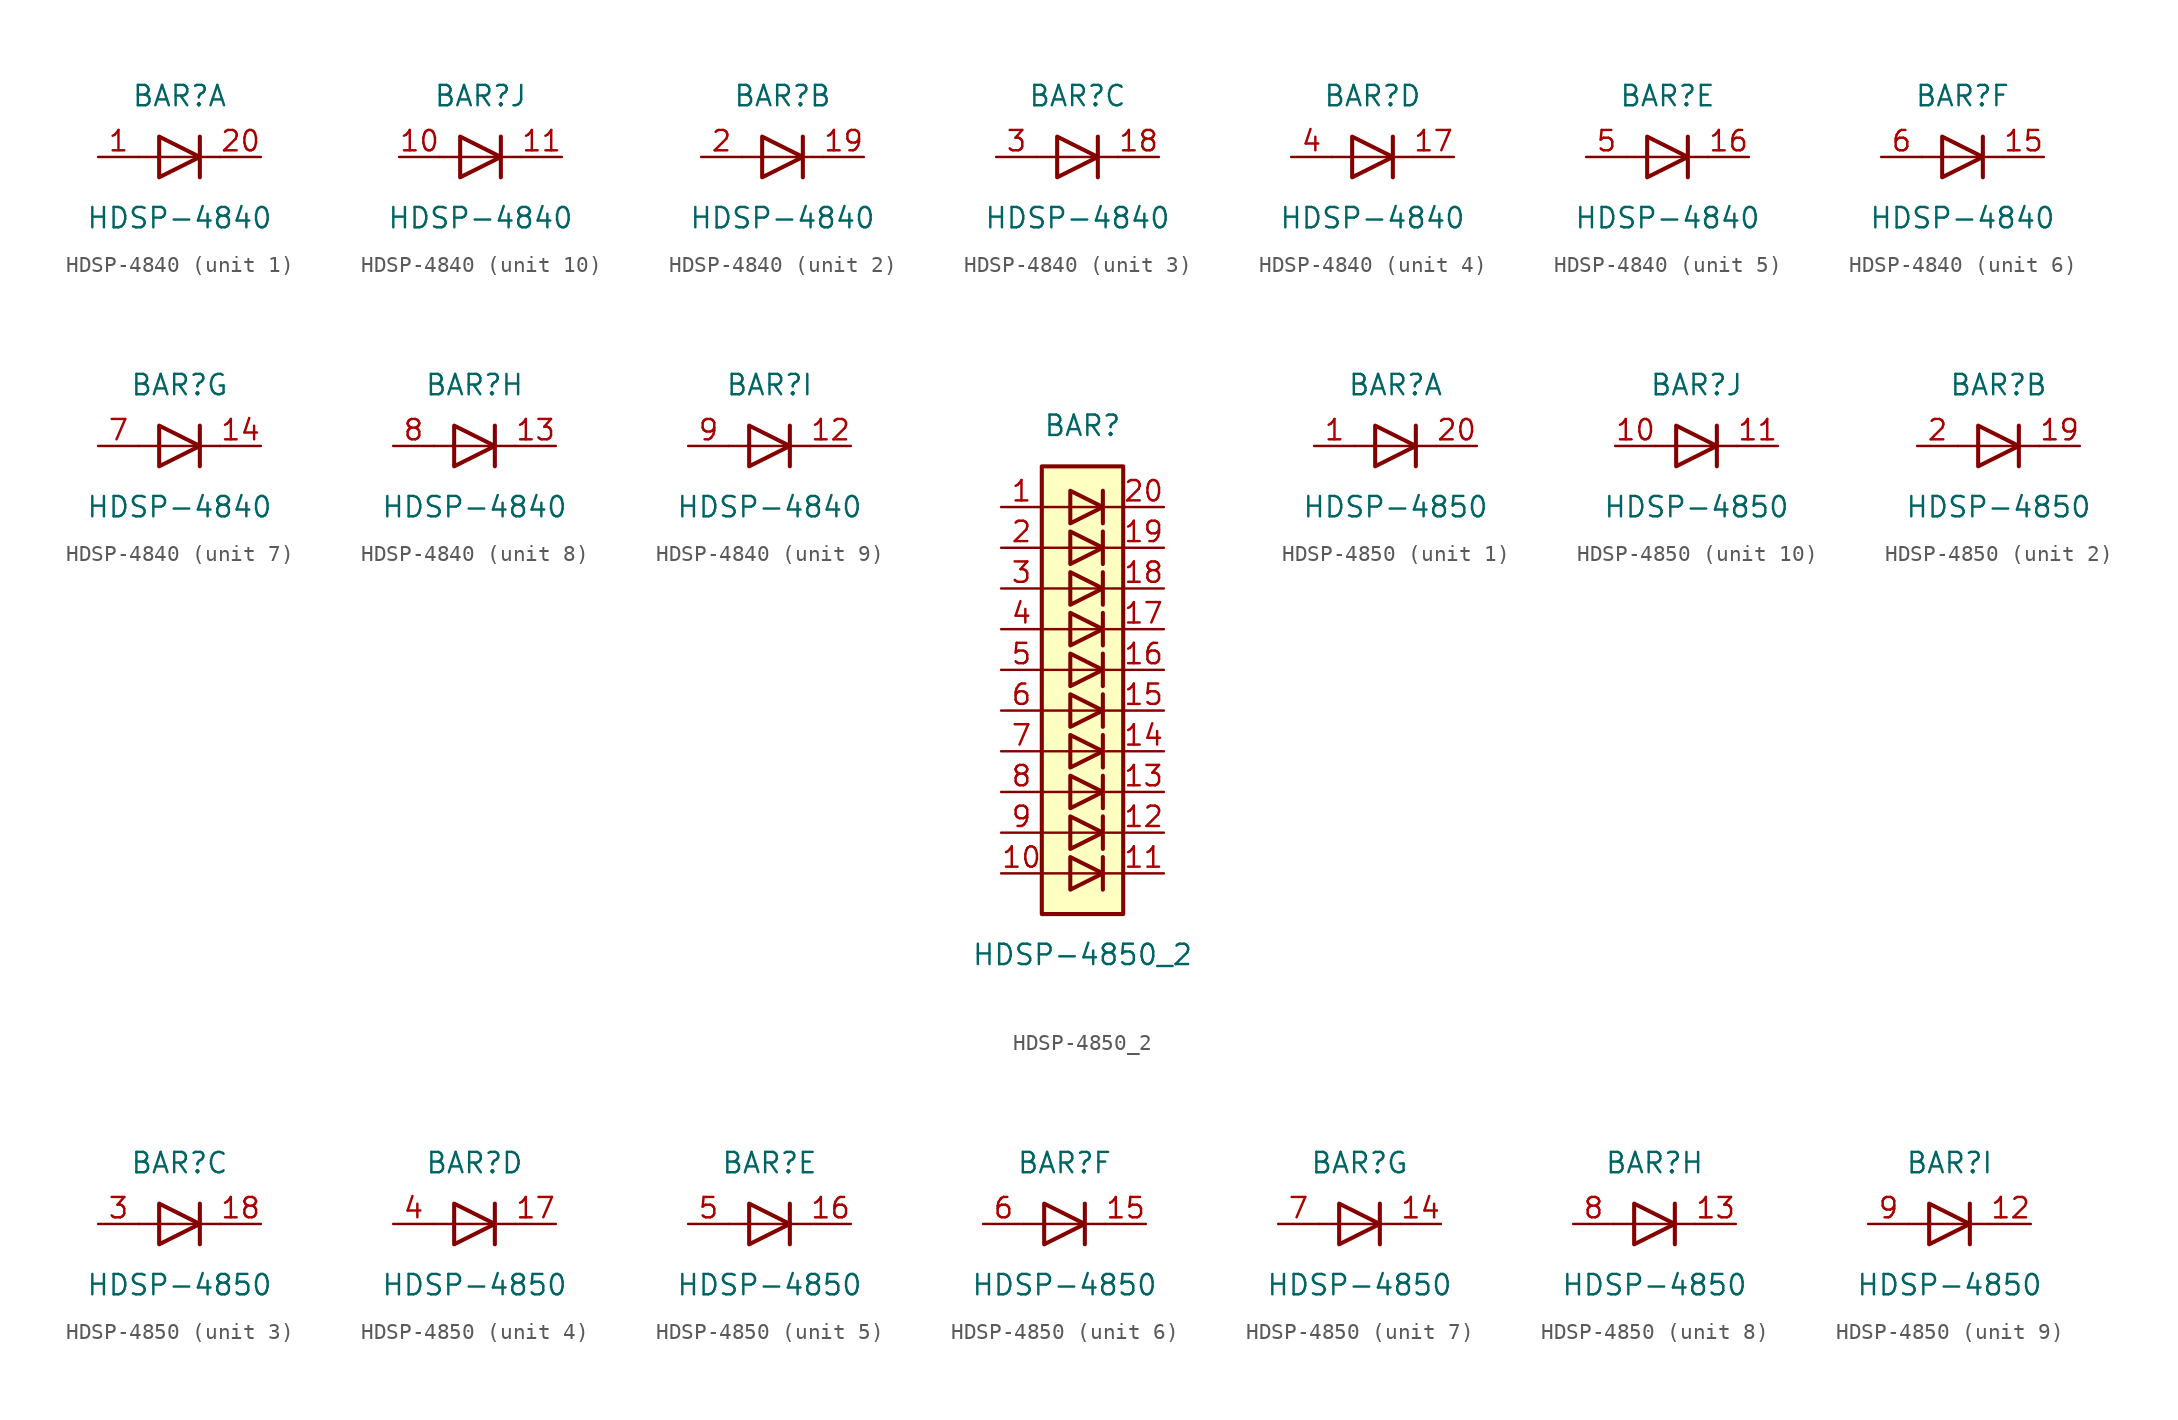
<source format=kicad_sym>
(kicad_symbol_lib
  (version 20241209)
  (generator "kicad_symbol_editor")
  (generator_version "9.0")
  (symbol "HDSP-4840"
    (pin_names
      (offset 1.016) hide)
    (property "Reference" "BAR"
      (at 0 3.81 0)
      (effects (font (size 1.27 1.27))))
    (property "Value" "HDSP-4840"
      (at 0 -3.81 0)
      (effects (font (size 1.27 1.27))))
    (symbol "HDSP-4840_0_1"
      (polyline (pts (xy -2.54 0) (xy 2.54 0)) (stroke (width 0) (type default)) (fill (type none)))
      (polyline (pts (xy -1.27 1.27) (xy -1.27 -1.27) (xy 1.27 0) (xy -1.27 1.27)) (stroke (width 0.254) (type default)) (fill (type none)))
      (polyline (pts (xy 1.27 -1.27) (xy 1.27 1.27)) (stroke (width 0.254) (type default)) (fill (type none))))
    (symbol "HDSP-4840_1_1"
      (pin passive line (at -5.08 0 0) (length 2.54) (name "A" (effects (font (size 1.27 1.27)))) (number "1" (effects (font (size 1.27 1.27)))))
      (pin passive line (at 5.08 0 180) (length 2.54) (name "K" (effects (font (size 1.27 1.27)))) (number "20" (effects (font (size 1.27 1.27))))))
    (symbol "HDSP-4840_2_1"
      (pin passive line (at -5.08 0 0) (length 2.54) (name "A" (effects (font (size 1.27 1.27)))) (number "2" (effects (font (size 1.27 1.27)))))
      (pin passive line (at 5.08 0 180) (length 2.54) (name "K" (effects (font (size 1.27 1.27)))) (number "19" (effects (font (size 1.27 1.27))))))
    (symbol "HDSP-4840_3_1"
      (pin passive line (at -5.08 0 0) (length 2.54) (name "A" (effects (font (size 1.27 1.27)))) (number "3" (effects (font (size 1.27 1.27)))))
      (pin passive line (at 5.08 0 180) (length 2.54) (name "K" (effects (font (size 1.27 1.27)))) (number "18" (effects (font (size 1.27 1.27))))))
    (symbol "HDSP-4840_4_1"
      (pin passive line (at -5.08 0 0) (length 2.54) (name "A" (effects (font (size 1.27 1.27)))) (number "4" (effects (font (size 1.27 1.27)))))
      (pin passive line (at 5.08 0 180) (length 2.54) (name "K" (effects (font (size 1.27 1.27)))) (number "17" (effects (font (size 1.27 1.27))))))
    (symbol "HDSP-4840_5_1"
      (pin passive line (at -5.08 0 0) (length 2.54) (name "A" (effects (font (size 1.27 1.27)))) (number "5" (effects (font (size 1.27 1.27)))))
      (pin passive line (at 5.08 0 180) (length 2.54) (name "K" (effects (font (size 1.27 1.27)))) (number "16" (effects (font (size 1.27 1.27))))))
    (symbol "HDSP-4840_6_1"
      (pin passive line (at -5.08 0 0) (length 2.54) (name "A" (effects (font (size 1.27 1.27)))) (number "6" (effects (font (size 1.27 1.27)))))
      (pin passive line (at 5.08 0 180) (length 2.54) (name "K" (effects (font (size 1.27 1.27)))) (number "15" (effects (font (size 1.27 1.27))))))
    (symbol "HDSP-4840_7_1"
      (pin passive line (at -5.08 0 0) (length 2.54) (name "A" (effects (font (size 1.27 1.27)))) (number "7" (effects (font (size 1.27 1.27)))))
      (pin passive line (at 5.08 0 180) (length 2.54) (name "K" (effects (font (size 1.27 1.27)))) (number "14" (effects (font (size 1.27 1.27))))))
    (symbol "HDSP-4840_8_1"
      (pin passive line (at -5.08 0 0) (length 2.54) (name "A" (effects (font (size 1.27 1.27)))) (number "8" (effects (font (size 1.27 1.27)))))
      (pin passive line (at 5.08 0 180) (length 2.54) (name "K" (effects (font (size 1.27 1.27)))) (number "13" (effects (font (size 1.27 1.27))))))
    (symbol "HDSP-4840_9_1"
      (pin passive line (at -5.08 0 0) (length 2.54) (name "A" (effects (font (size 1.27 1.27)))) (number "9" (effects (font (size 1.27 1.27)))))
      (pin passive line (at 5.08 0 180) (length 2.54) (name "K" (effects (font (size 1.27 1.27)))) (number "12" (effects (font (size 1.27 1.27))))))
    (symbol "HDSP-4840_10_1"
      (pin passive line (at -5.08 0 0) (length 2.54) (name "A" (effects (font (size 1.27 1.27)))) (number "10" (effects (font (size 1.27 1.27)))))
      (pin passive line (at 5.08 0 180) (length 2.54) (name "K" (effects (font (size 1.27 1.27)))) (number "11" (effects (font (size 1.27 1.27)))))))
  (symbol "HDSP-4850_2"
    (pin_names
      (offset 1.016) hide)
    (property "Reference" "BAR"
      (at 0 15.24 0)
      (effects (font (size 1.27 1.27))))
    (property "Value" "HDSP-4850_2"
      (at 0 -17.78 0)
      (effects (font (size 1.27 1.27))))
    (symbol "HDSP-4850_2_0_1"
      (rectangle (start -2.54 12.7) (end 2.54 -15.24) (stroke (width 0.254) (type default)) (fill (type background)))
      (polyline (pts (xy -2.54 10.16) (xy 2.54 10.16)) (stroke (width 0) (type default)) (fill (type none)))
      (polyline (pts (xy -2.54 7.62) (xy 2.54 7.62)) (stroke (width 0) (type default)) (fill (type none)))
      (polyline (pts (xy -2.54 5.08) (xy 2.54 5.08)) (stroke (width 0) (type default)) (fill (type none)))
      (polyline (pts (xy -2.54 0) (xy 2.54 0)) (stroke (width 0) (type default)) (fill (type none)))
      (polyline (pts (xy -2.54 -5.08) (xy 2.54 -5.08)) (stroke (width 0) (type default)) (fill (type none)))
      (polyline (pts (xy -2.54 -7.62) (xy 2.54 -7.62)) (stroke (width 0) (type default)) (fill (type none)))
      (polyline (pts (xy -2.54 -10.16) (xy 2.54 -10.16)) (stroke (width 0) (type default)) (fill (type none)))
      (polyline (pts (xy -2.54 -12.7) (xy 2.54 -12.7)) (stroke (width 0) (type default)) (fill (type none)))
      (polyline (pts (xy -0.762 11.176) (xy -0.762 9.144) (xy 1.27 10.16) (xy -0.762 11.176)) (stroke (width 0.254) (type default)) (fill (type none)))
      (polyline (pts (xy -0.762 8.636) (xy -0.762 6.604) (xy 1.27 7.62) (xy -0.762 8.636)) (stroke (width 0.254) (type default)) (fill (type none)))
      (polyline (pts (xy -0.762 6.096) (xy -0.762 4.064) (xy 1.27 5.08) (xy -0.762 6.096)) (stroke (width 0.254) (type default)) (fill (type none)))
      (polyline (pts (xy -0.762 3.556) (xy -0.762 1.524) (xy 1.27 2.54) (xy -0.762 3.556)) (stroke (width 0.254) (type default)) (fill (type none)))
      (polyline (pts (xy -0.762 1.016) (xy -0.762 -1.016) (xy 1.27 0) (xy -0.762 1.016)) (stroke (width 0.254) (type default)) (fill (type none)))
      (polyline (pts (xy -0.762 -1.524) (xy -0.762 -3.556) (xy 1.27 -2.54) (xy -0.762 -1.524)) (stroke (width 0.254) (type default)) (fill (type none)))
      (polyline (pts (xy -0.762 -4.064) (xy -0.762 -6.096) (xy 1.27 -5.08) (xy -0.762 -4.064)) (stroke (width 0.254) (type default)) (fill (type none)))
      (polyline (pts (xy -0.762 -6.604) (xy -0.762 -8.636) (xy 1.27 -7.62) (xy -0.762 -6.604)) (stroke (width 0.254) (type default)) (fill (type none)))
      (polyline (pts (xy -0.762 -9.144) (xy -0.762 -11.176) (xy 1.27 -10.16) (xy -0.762 -9.144)) (stroke (width 0.254) (type default)) (fill (type none)))
      (polyline (pts (xy -0.762 -11.684) (xy -0.762 -13.716) (xy 1.27 -12.7) (xy -0.762 -11.684)) (stroke (width 0.254) (type default)) (fill (type none)))
      (polyline (pts (xy 1.27 11.176) (xy 1.27 9.144)) (stroke (width 0.254) (type default)) (fill (type none)))
      (polyline (pts (xy 1.27 8.636) (xy 1.27 6.604)) (stroke (width 0.254) (type default)) (fill (type none)))
      (polyline (pts (xy 1.27 6.096) (xy 1.27 4.064)) (stroke (width 0.254) (type default)) (fill (type none)))
      (polyline (pts (xy 1.27 3.556) (xy 1.27 1.524)) (stroke (width 0.254) (type default)) (fill (type none)))
      (polyline (pts (xy 1.27 1.016) (xy 1.27 -1.016)) (stroke (width 0.254) (type default)) (fill (type none)))
      (polyline (pts (xy 1.27 -1.524) (xy 1.27 -3.556)) (stroke (width 0.254) (type default)) (fill (type none)))
      (polyline (pts (xy 1.27 -4.064) (xy 1.27 -6.096)) (stroke (width 0.254) (type default)) (fill (type none)))
      (polyline (pts (xy 1.27 -6.604) (xy 1.27 -8.636)) (stroke (width 0.254) (type default)) (fill (type none)))
      (polyline (pts (xy 1.27 -9.144) (xy 1.27 -11.176)) (stroke (width 0.254) (type default)) (fill (type none)))
      (polyline (pts (xy 1.27 -11.684) (xy 1.27 -13.716)) (stroke (width 0.254) (type default)) (fill (type none)))
      (polyline (pts (xy 2.54 2.54) (xy -2.54 2.54)) (stroke (width 0) (type default)) (fill (type none)))
      (polyline (pts (xy 2.54 -2.54) (xy -2.54 -2.54)) (stroke (width 0) (type default)) (fill (type none))))
    (symbol "HDSP-4850_2_1_1"
      (pin passive line (at -5.08 10.16 0) (length 2.54) (name "A" (effects (font (size 1.27 1.27)))) (number "1" (effects (font (size 1.27 1.27)))))
      (pin passive line (at -5.08 7.62 0) (length 2.54) (name "A" (effects (font (size 1.27 1.27)))) (number "2" (effects (font (size 1.27 1.27)))))
      (pin passive line (at -5.08 5.08 0) (length 2.54) (name "A" (effects (font (size 1.27 1.27)))) (number "3" (effects (font (size 1.27 1.27)))))
      (pin passive line (at -5.08 2.54 0) (length 2.54) (name "A" (effects (font (size 1.27 1.27)))) (number "4" (effects (font (size 1.27 1.27)))))
      (pin passive line (at -5.08 0 0) (length 2.54) (name "A" (effects (font (size 1.27 1.27)))) (number "5" (effects (font (size 1.27 1.27)))))
      (pin passive line (at -5.08 -2.54 0) (length 2.54) (name "A" (effects (font (size 1.27 1.27)))) (number "6" (effects (font (size 1.27 1.27)))))
      (pin passive line (at -5.08 -5.08 0) (length 2.54) (name "A" (effects (font (size 1.27 1.27)))) (number "7" (effects (font (size 1.27 1.27)))))
      (pin passive line (at -5.08 -7.62 0) (length 2.54) (name "A" (effects (font (size 1.27 1.27)))) (number "8" (effects (font (size 1.27 1.27)))))
      (pin passive line (at -5.08 -10.16 0) (length 2.54) (name "A" (effects (font (size 1.27 1.27)))) (number "9" (effects (font (size 1.27 1.27)))))
      (pin passive line (at -5.08 -12.7 0) (length 2.54) (name "A" (effects (font (size 1.27 1.27)))) (number "10" (effects (font (size 1.27 1.27)))))
      (pin passive line (at 5.08 10.16 180) (length 2.54) (name "K" (effects (font (size 1.27 1.27)))) (number "20" (effects (font (size 1.27 1.27)))))
      (pin passive line (at 5.08 7.62 180) (length 2.54) (name "K" (effects (font (size 1.27 1.27)))) (number "19" (effects (font (size 1.27 1.27)))))
      (pin passive line (at 5.08 5.08 180) (length 2.54) (name "K" (effects (font (size 1.27 1.27)))) (number "18" (effects (font (size 1.27 1.27)))))
      (pin passive line (at 5.08 2.54 180) (length 2.54) (name "K" (effects (font (size 1.27 1.27)))) (number "17" (effects (font (size 1.27 1.27)))))
      (pin passive line (at 5.08 0 180) (length 2.54) (name "K" (effects (font (size 1.27 1.27)))) (number "16" (effects (font (size 1.27 1.27)))))
      (pin passive line (at 5.08 -2.54 180) (length 2.54) (name "K" (effects (font (size 1.27 1.27)))) (number "15" (effects (font (size 1.27 1.27)))))
      (pin passive line (at 5.08 -5.08 180) (length 2.54) (name "K" (effects (font (size 1.27 1.27)))) (number "14" (effects (font (size 1.27 1.27)))))
      (pin passive line (at 5.08 -7.62 180) (length 2.54) (name "K" (effects (font (size 1.27 1.27)))) (number "13" (effects (font (size 1.27 1.27)))))
      (pin passive line (at 5.08 -10.16 180) (length 2.54) (name "K" (effects (font (size 1.27 1.27)))) (number "12" (effects (font (size 1.27 1.27)))))
      (pin passive line (at 5.08 -12.7 180) (length 2.54) (name "K" (effects (font (size 1.27 1.27)))) (number "11" (effects (font (size 1.27 1.27)))))))
  (symbol "HDSP-4850"
    (pin_names
      (offset 1.016) hide)
    (property "Reference" "BAR"
      (at 0 3.81 0)
      (effects (font (size 1.27 1.27))))
    (property "Value" "HDSP-4850"
      (at 0 -3.81 0)
      (effects (font (size 1.27 1.27))))
    (symbol "HDSP-4850_0_1"
      (polyline (pts (xy -2.54 0) (xy 2.54 0)) (stroke (width 0) (type default)) (fill (type none)))
      (polyline (pts (xy -1.27 1.27) (xy -1.27 -1.27) (xy 1.27 0) (xy -1.27 1.27)) (stroke (width 0.254) (type default)) (fill (type none)))
      (polyline (pts (xy 1.27 -1.27) (xy 1.27 1.27)) (stroke (width 0.254) (type default)) (fill (type none))))
    (symbol "HDSP-4850_1_1"
      (pin passive line (at -5.08 0 0) (length 2.54) (name "A" (effects (font (size 1.27 1.27)))) (number "1" (effects (font (size 1.27 1.27)))))
      (pin passive line (at 5.08 0 180) (length 2.54) (name "K" (effects (font (size 1.27 1.27)))) (number "20" (effects (font (size 1.27 1.27))))))
    (symbol "HDSP-4850_2_1"
      (pin passive line (at -5.08 0 0) (length 2.54) (name "A" (effects (font (size 1.27 1.27)))) (number "2" (effects (font (size 1.27 1.27)))))
      (pin passive line (at 5.08 0 180) (length 2.54) (name "K" (effects (font (size 1.27 1.27)))) (number "19" (effects (font (size 1.27 1.27))))))
    (symbol "HDSP-4850_3_1"
      (pin passive line (at -5.08 0 0) (length 2.54) (name "A" (effects (font (size 1.27 1.27)))) (number "3" (effects (font (size 1.27 1.27)))))
      (pin passive line (at 5.08 0 180) (length 2.54) (name "K" (effects (font (size 1.27 1.27)))) (number "18" (effects (font (size 1.27 1.27))))))
    (symbol "HDSP-4850_4_1"
      (pin passive line (at -5.08 0 0) (length 2.54) (name "A" (effects (font (size 1.27 1.27)))) (number "4" (effects (font (size 1.27 1.27)))))
      (pin passive line (at 5.08 0 180) (length 2.54) (name "K" (effects (font (size 1.27 1.27)))) (number "17" (effects (font (size 1.27 1.27))))))
    (symbol "HDSP-4850_5_1"
      (pin passive line (at -5.08 0 0) (length 2.54) (name "A" (effects (font (size 1.27 1.27)))) (number "5" (effects (font (size 1.27 1.27)))))
      (pin passive line (at 5.08 0 180) (length 2.54) (name "K" (effects (font (size 1.27 1.27)))) (number "16" (effects (font (size 1.27 1.27))))))
    (symbol "HDSP-4850_6_1"
      (pin passive line (at -5.08 0 0) (length 2.54) (name "A" (effects (font (size 1.27 1.27)))) (number "6" (effects (font (size 1.27 1.27)))))
      (pin passive line (at 5.08 0 180) (length 2.54) (name "K" (effects (font (size 1.27 1.27)))) (number "15" (effects (font (size 1.27 1.27))))))
    (symbol "HDSP-4850_7_1"
      (pin passive line (at -5.08 0 0) (length 2.54) (name "A" (effects (font (size 1.27 1.27)))) (number "7" (effects (font (size 1.27 1.27)))))
      (pin passive line (at 5.08 0 180) (length 2.54) (name "K" (effects (font (size 1.27 1.27)))) (number "14" (effects (font (size 1.27 1.27))))))
    (symbol "HDSP-4850_8_1"
      (pin passive line (at -5.08 0 0) (length 2.54) (name "A" (effects (font (size 1.27 1.27)))) (number "8" (effects (font (size 1.27 1.27)))))
      (pin passive line (at 5.08 0 180) (length 2.54) (name "K" (effects (font (size 1.27 1.27)))) (number "13" (effects (font (size 1.27 1.27))))))
    (symbol "HDSP-4850_9_1"
      (pin passive line (at -5.08 0 0) (length 2.54) (name "A" (effects (font (size 1.27 1.27)))) (number "9" (effects (font (size 1.27 1.27)))))
      (pin passive line (at 5.08 0 180) (length 2.54) (name "K" (effects (font (size 1.27 1.27)))) (number "12" (effects (font (size 1.27 1.27))))))
    (symbol "HDSP-4850_10_1"
      (pin passive line (at -5.08 0 0) (length 2.54) (name "A" (effects (font (size 1.27 1.27)))) (number "10" (effects (font (size 1.27 1.27)))))
      (pin passive line (at 5.08 0 180) (length 2.54) (name "K" (effects (font (size 1.27 1.27)))) (number "11" (effects (font (size 1.27 1.27))))))))
</source>
